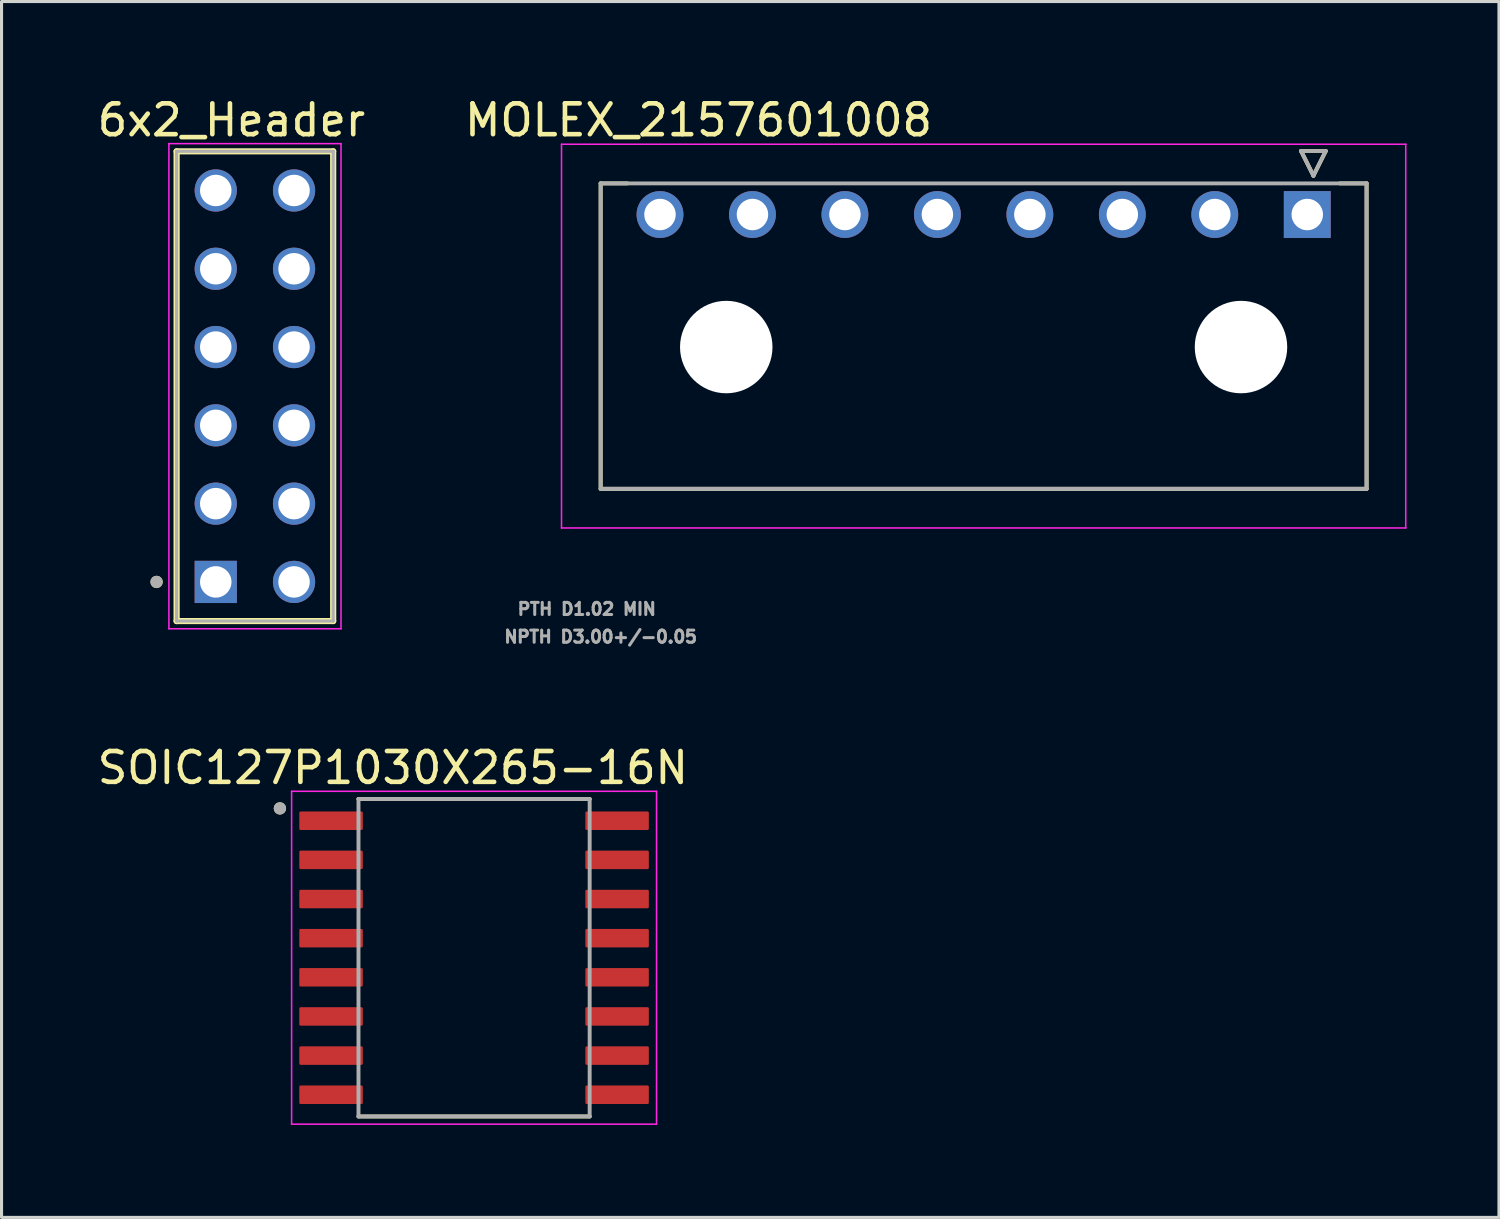
<source format=kicad_pcb>
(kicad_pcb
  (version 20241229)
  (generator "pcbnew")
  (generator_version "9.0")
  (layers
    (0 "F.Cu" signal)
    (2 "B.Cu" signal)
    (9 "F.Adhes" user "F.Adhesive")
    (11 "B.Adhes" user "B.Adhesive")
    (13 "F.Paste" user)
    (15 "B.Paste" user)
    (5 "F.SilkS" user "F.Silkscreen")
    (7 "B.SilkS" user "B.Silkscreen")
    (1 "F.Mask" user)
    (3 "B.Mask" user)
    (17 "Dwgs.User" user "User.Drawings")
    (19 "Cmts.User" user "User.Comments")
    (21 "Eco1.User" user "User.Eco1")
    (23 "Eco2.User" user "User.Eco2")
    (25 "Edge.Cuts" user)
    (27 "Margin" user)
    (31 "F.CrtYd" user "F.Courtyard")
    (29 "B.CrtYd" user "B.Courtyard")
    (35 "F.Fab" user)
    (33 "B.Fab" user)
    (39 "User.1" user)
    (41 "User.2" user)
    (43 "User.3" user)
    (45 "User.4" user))
  (footprint "MOLEX_2157601008"
    (layer "F.Cu")
    (at 39.363 3.91)
    (property "Reference" "MOLEX_2157601008" (at -19.75 -3.062 0) (layer "F.SilkS") (effects (font (size 1 1) (thickness 0.15))))
    (attr through_hole)
    (fp_circle (center -21 0) (end -20.582 0) (stroke (width 0.836) (type solid)) (fill no) (layer "F.Mask"))
    (fp_circle (center -18.85 4.3) (end -18.062 4.3) (stroke (width 1.576) (type solid)) (fill no) (layer "F.Mask"))
    (fp_circle (center -18 0) (end -17.582 0) (stroke (width 0.836) (type solid)) (fill no) (layer "F.Mask"))
    (fp_circle (center -15 0) (end -14.582 0) (stroke (width 0.836) (type solid)) (fill no) (layer "F.Mask"))
    (fp_circle (center -12 0) (end -11.582 0) (stroke (width 0.836) (type solid)) (fill no) (layer "F.Mask"))
    (fp_circle (center -9 0) (end -8.582 0) (stroke (width 0.836) (type solid)) (fill no) (layer "F.Mask"))
    (fp_circle (center -6 0) (end -5.582 0) (stroke (width 0.836) (type solid)) (fill no) (layer "F.Mask"))
    (fp_circle (center -3 0) (end -2.582 0) (stroke (width 0.836) (type solid)) (fill no) (layer "F.Mask"))
    (fp_circle (center -2.15 4.3) (end -1.362 4.3) (stroke (width 1.576) (type solid)) (fill no) (layer "F.Mask"))
    (fp_poly (pts (xy -0.836 -0.836) (xy 0.836 -0.836) (xy 0.836 0.836) (xy -0.836 0.836)) (stroke (width 0.01) (type solid)) (fill yes) (layer "F.Mask"))
    (fp_circle (center -21 0) (end -20.582 0) (stroke (width 0.836) (type solid)) (fill no) (layer "B.Mask"))
    (fp_circle (center -18.85 4.3) (end -18.062 4.3) (stroke (width 1.576) (type solid)) (fill no) (layer "B.Mask"))
    (fp_circle (center -18 0) (end -17.582 0) (stroke (width 0.836) (type solid)) (fill no) (layer "B.Mask"))
    (fp_circle (center -15 0) (end -14.582 0) (stroke (width 0.836) (type solid)) (fill no) (layer "B.Mask"))
    (fp_circle (center -12 0) (end -11.582 0) (stroke (width 0.836) (type solid)) (fill no) (layer "B.Mask"))
    (fp_circle (center -9 0) (end -8.582 0) (stroke (width 0.836) (type solid)) (fill no) (layer "B.Mask"))
    (fp_circle (center -6 0) (end -5.582 0) (stroke (width 0.836) (type solid)) (fill no) (layer "B.Mask"))
    (fp_circle (center -3 0) (end -2.582 0) (stroke (width 0.836) (type solid)) (fill no) (layer "B.Mask"))
    (fp_circle (center -2.15 4.3) (end -1.362 4.3) (stroke (width 1.576) (type solid)) (fill no) (layer "B.Mask"))
    (fp_poly (pts (xy -0.836 -0.836) (xy 0.836 -0.836) (xy 0.836 0.836) (xy -0.836 0.836)) (stroke (width 0.01) (type solid)) (fill yes) (layer "B.Mask"))
    (fp_line (start -22.925 -1.01) (end -22.925 8.9) (stroke (width 0.127) (type solid)) (layer "F.SilkS"))
    (fp_line (start -22.925 -1.01) (end -22.06 -1.01) (stroke (width 0.127) (type solid)) (layer "F.SilkS"))
    (fp_line (start -0.2 -2.06) (end 0.6 -2.06) (stroke (width 0.127) (type solid)) (layer "F.SilkS"))
    (fp_line (start 0.2 -1.26) (end -0.2 -2.06) (stroke (width 0.127) (type solid)) (layer "F.SilkS"))
    (fp_line (start 0.6 -2.06) (end 0.2 -1.26) (stroke (width 0.127) (type solid)) (layer "F.SilkS"))
    (fp_line (start 1.925 -1.01) (end 1.06 -1.01) (stroke (width 0.127) (type solid)) (layer "F.SilkS"))
    (fp_line (start 1.925 -1.01) (end 1.925 8.9) (stroke (width 0.127) (type solid)) (layer "F.SilkS"))
    (fp_line (start 1.925 8.9) (end -22.925 8.9) (stroke (width 0.127) (type solid)) (layer "F.SilkS"))
    (fp_line (start -24.195 -2.28) (end 3.195 -2.28) (stroke (width 0.05) (type solid)) (layer "F.CrtYd"))
    (fp_line (start -24.195 10.17) (end -24.195 -2.28) (stroke (width 0.05) (type solid)) (layer "F.CrtYd"))
    (fp_line (start 3.195 10.17) (end -24.195 10.17) (stroke (width 0.05) (type solid)) (layer "F.CrtYd"))
    (fp_line (start 3.195 10.17) (end 3.195 -2.28) (stroke (width 0.05) (type solid)) (layer "F.CrtYd"))
    (fp_line (start -22.925 -1.01) (end 1.925 -1.01) (stroke (width 0.127) (type solid)) (layer "F.Fab"))
    (fp_line (start -22.925 8.9) (end -22.925 -1.01) (stroke (width 0.127) (type solid)) (layer "F.Fab"))
    (fp_line (start -0.2 -2.06) (end 0.6 -2.06) (stroke (width 0.127) (type solid)) (layer "F.Fab"))
    (fp_line (start 0.2 -1.26) (end -0.2 -2.06) (stroke (width 0.127) (type solid)) (layer "F.Fab"))
    (fp_line (start 0.6 -2.06) (end 0.2 -1.26) (stroke (width 0.127) (type solid)) (layer "F.Fab"))
    (fp_line (start 1.925 8.9) (end -22.925 8.9) (stroke (width 0.127) (type solid)) (layer "F.Fab"))
    (fp_line (start 1.925 8.9) (end 1.925 -1.01) (stroke (width 0.127) (type solid)) (layer "F.Fab"))
    (fp_text user "NPTH D3.00+/-0.05" (at -22.925 13.7 0) (layer "F.Fab") (effects (font (size 0.394 0.394) (thickness 0.15))))
    (fp_text user "PTH D1.02 MIN   " (at -22.925 12.8 0) (layer "F.Fab") (effects (font (size 0.394 0.394) (thickness 0.15))))
    (pad "" np_thru_hole circle (at -18.85 4.3) (size 3 3) (drill 3) (layers "*.Cu" "*.Mask"))
    (pad "" np_thru_hole circle (at -2.15 4.3) (size 3 3) (drill 3) (layers "*.Cu" "*.Mask"))
    (pad "1" thru_hole rect (at 0 0) (size 1.52 1.52) (drill 1.02) (layers "*.Cu"))
    (pad "2" thru_hole circle (at -3 0) (size 1.52 1.52) (drill 1.02) (layers "*.Cu"))
    (pad "3" thru_hole circle (at -6 0) (size 1.52 1.52) (drill 1.02) (layers "*.Cu"))
    (pad "4" thru_hole circle (at -9 0) (size 1.52 1.52) (drill 1.02) (layers "*.Cu"))
    (pad "5" thru_hole circle (at -12 0) (size 1.52 1.52) (drill 1.02) (layers "*.Cu"))
    (pad "6" thru_hole circle (at -15 0) (size 1.52 1.52) (drill 1.02) (layers "*.Cu"))
    (pad "7" thru_hole circle (at -18 0) (size 1.52 1.52) (drill 1.02) (layers "*.Cu"))
    (pad "8" thru_hole circle (at -21 0) (size 1.52 1.52) (drill 1.02) (layers "*.Cu")))
  (footprint "SOIC127P1030X265-16N"
    (layer "F.Cu")
    (at 12.331 28.023)
    (property "Reference" "SOIC127P1030X265-16N" (at -2.635 -6.162 0) (layer "F.SilkS") (effects (font (size 1 1) (thickness 0.15))))
    (attr smd)
    (fp_line (start -3.75 -5.15) (end 3.75 -5.15) (stroke (width 0.127) (type solid)) (layer "F.SilkS"))
    (fp_line (start -3.75 5.15) (end 3.75 5.15) (stroke (width 0.127) (type solid)) (layer "F.SilkS"))
    (fp_circle (center -6.3 -4.845) (end -6.2 -4.845) (stroke (width 0.2) (type solid)) (fill no) (layer "F.SilkS"))
    (fp_line (start -5.92 -5.4) (end -5.92 5.4) (stroke (width 0.05) (type solid)) (layer "F.CrtYd"))
    (fp_line (start -5.92 -5.4) (end 5.92 -5.4) (stroke (width 0.05) (type solid)) (layer "F.CrtYd"))
    (fp_line (start -5.92 5.4) (end 5.92 5.4) (stroke (width 0.05) (type solid)) (layer "F.CrtYd"))
    (fp_line (start 5.92 -5.4) (end 5.92 5.4) (stroke (width 0.05) (type solid)) (layer "F.CrtYd"))
    (fp_line (start -3.75 -5.15) (end -3.75 5.15) (stroke (width 0.127) (type solid)) (layer "F.Fab"))
    (fp_line (start -3.75 -5.15) (end 3.75 -5.15) (stroke (width 0.127) (type solid)) (layer "F.Fab"))
    (fp_line (start -3.75 5.15) (end 3.75 5.15) (stroke (width 0.127) (type solid)) (layer "F.Fab"))
    (fp_line (start 3.75 -5.15) (end 3.75 5.15) (stroke (width 0.127) (type solid)) (layer "F.Fab"))
    (fp_circle (center -6.3 -4.845) (end -6.2 -4.845) (stroke (width 0.2) (type solid)) (fill no) (layer "F.Fab"))
    (pad "1" smd roundrect (at -4.64 -4.445) (size 2.06 0.6) (layers "F.Cu" "F.Mask" "F.Paste") (roundrect_rratio 0.07))
    (pad "2" smd roundrect (at -4.64 -3.175) (size 2.06 0.6) (layers "F.Cu" "F.Mask" "F.Paste") (roundrect_rratio 0.07))
    (pad "3" smd roundrect (at -4.64 -1.905) (size 2.06 0.6) (layers "F.Cu" "F.Mask" "F.Paste") (roundrect_rratio 0.07))
    (pad "4" smd roundrect (at -4.64 -0.635) (size 2.06 0.6) (layers "F.Cu" "F.Mask" "F.Paste") (roundrect_rratio 0.07))
    (pad "5" smd roundrect (at -4.64 0.635) (size 2.06 0.6) (layers "F.Cu" "F.Mask" "F.Paste") (roundrect_rratio 0.07))
    (pad "6" smd roundrect (at -4.64 1.905) (size 2.06 0.6) (layers "F.Cu" "F.Mask" "F.Paste") (roundrect_rratio 0.07))
    (pad "7" smd roundrect (at -4.64 3.175) (size 2.06 0.6) (layers "F.Cu" "F.Mask" "F.Paste") (roundrect_rratio 0.07))
    (pad "8" smd roundrect (at -4.64 4.445) (size 2.06 0.6) (layers "F.Cu" "F.Mask" "F.Paste") (roundrect_rratio 0.07))
    (pad "9" smd roundrect (at 4.64 4.445) (size 2.06 0.6) (layers "F.Cu" "F.Mask" "F.Paste") (roundrect_rratio 0.07))
    (pad "10" smd roundrect (at 4.64 3.175) (size 2.06 0.6) (layers "F.Cu" "F.Mask" "F.Paste") (roundrect_rratio 0.07))
    (pad "11" smd roundrect (at 4.64 1.905) (size 2.06 0.6) (layers "F.Cu" "F.Mask" "F.Paste") (roundrect_rratio 0.07))
    (pad "12" smd roundrect (at 4.64 0.635) (size 2.06 0.6) (layers "F.Cu" "F.Mask" "F.Paste") (roundrect_rratio 0.07))
    (pad "13" smd roundrect (at 4.64 -0.635) (size 2.06 0.6) (layers "F.Cu" "F.Mask" "F.Paste") (roundrect_rratio 0.07))
    (pad "14" smd roundrect (at 4.64 -1.905) (size 2.06 0.6) (layers "F.Cu" "F.Mask" "F.Paste") (roundrect_rratio 0.07))
    (pad "15" smd roundrect (at 4.64 -3.175) (size 2.06 0.6) (layers "F.Cu" "F.Mask" "F.Paste") (roundrect_rratio 0.07))
    (pad "16" smd roundrect (at 4.64 -4.445) (size 2.06 0.6) (layers "F.Cu" "F.Mask" "F.Paste") (roundrect_rratio 0.07)))
  (footprint "6x2_Header"
    (layer "F.Cu")
    (at 5.22 9.48)
    (property "Reference" "6x2_Header" (at -0.762 -8.632 0) (layer "F.SilkS") (effects (font (size 1 1) (thickness 0.15))))
    (attr through_hole)
    (fp_line (start -2.54 7.62) (end -2.54 -7.62) (stroke (width 0.2) (type solid)) (layer "F.SilkS"))
    (fp_line (start 2.54 -7.62) (end -2.54 -7.62) (stroke (width 0.2) (type solid)) (layer "F.SilkS"))
    (fp_line (start 2.54 -7.62) (end 2.54 7.62) (stroke (width 0.2) (type solid)) (layer "F.SilkS"))
    (fp_line (start 2.54 7.62) (end -2.54 7.62) (stroke (width 0.2) (type solid)) (layer "F.SilkS"))
    (fp_circle (center -3.19 6.35) (end -3.09 6.35) (stroke (width 0.2) (type solid)) (fill no) (layer "F.SilkS"))
    (fp_line (start -2.79 -7.87) (end 2.794 -7.87) (stroke (width 0.05) (type solid)) (layer "F.CrtYd"))
    (fp_line (start -2.79 7.87) (end -2.79 -7.87) (stroke (width 0.05) (type solid)) (layer "F.CrtYd"))
    (fp_line (start 2.794 -7.87) (end 2.794 7.87) (stroke (width 0.05) (type solid)) (layer "F.CrtYd"))
    (fp_line (start 2.794 7.87) (end -2.79 7.87) (stroke (width 0.05) (type solid)) (layer "F.CrtYd"))
    (fp_line (start -2.54 -7.62) (end 2.54 -7.62) (stroke (width 0.1) (type solid)) (layer "F.Fab"))
    (fp_line (start -2.54 7.62) (end -2.54 -7.62) (stroke (width 0.1) (type solid)) (layer "F.Fab"))
    (fp_line (start 2.54 -7.62) (end 2.54 7.62) (stroke (width 0.1) (type solid)) (layer "F.Fab"))
    (fp_line (start 2.54 7.62) (end -2.54 7.62) (stroke (width 0.1) (type solid)) (layer "F.Fab"))
    (fp_circle (center -3.19 6.35) (end -3.09 6.35) (stroke (width 0.2) (type solid)) (fill no) (layer "F.Fab"))
    (pad "01" thru_hole rect (at -1.27 6.35) (size 1.37 1.37) (drill 1.02) (layers "*.Cu" "*.Mask"))
    (pad "02" thru_hole circle (at -1.27 3.81) (size 1.37 1.37) (drill 1.02) (layers "*.Cu" "*.Mask"))
    (pad "03" thru_hole circle (at -1.27 1.27) (size 1.37 1.37) (drill 1.02) (layers "*.Cu" "*.Mask"))
    (pad "04" thru_hole circle (at -1.27 -1.27) (size 1.37 1.37) (drill 1.02) (layers "*.Cu" "*.Mask"))
    (pad "05" thru_hole circle (at -1.27 -3.81) (size 1.37 1.37) (drill 1.02) (layers "*.Cu" "*.Mask"))
    (pad "06" thru_hole circle (at -1.27 -6.35) (size 1.37 1.37) (drill 1.02) (layers "*.Cu" "*.Mask"))
    (pad "07" thru_hole circle (at 1.27 6.35) (size 1.37 1.37) (drill 1.02) (layers "*.Cu" "*.Mask"))
    (pad "08" thru_hole circle (at 1.27 3.81) (size 1.37 1.37) (drill 1.02) (layers "*.Cu" "*.Mask"))
    (pad "09" thru_hole circle (at 1.27 1.27) (size 1.37 1.37) (drill 1.02) (layers "*.Cu" "*.Mask"))
    (pad "10" thru_hole circle (at 1.27 -1.27) (size 1.37 1.37) (drill 1.02) (layers "*.Cu" "*.Mask"))
    (pad "11" thru_hole circle (at 1.27 -3.81) (size 1.37 1.37) (drill 1.02) (layers "*.Cu" "*.Mask"))
    (pad "12" thru_hole circle (at 1.27 -6.35) (size 1.37 1.37) (drill 1.02) (layers "*.Cu" "*.Mask")))
  (gr_rect
    (start -3 -3)
    (end 45.583 36.448)
    (stroke (width 0.1) (type default))
    (fill no)
    (layer "Edge.Cuts")))
</source>
